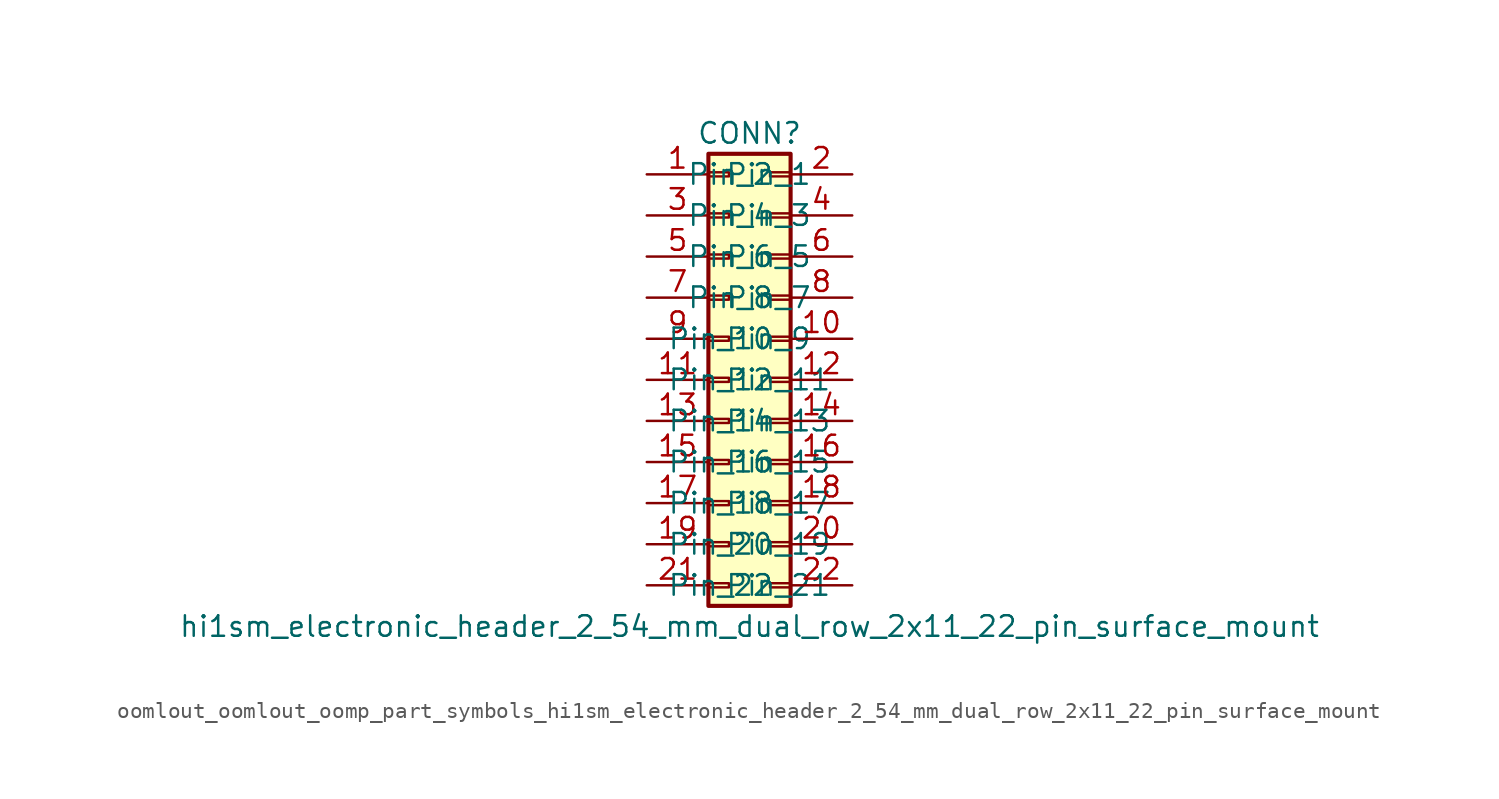
<source format=kicad_sym>
(kicad_symbol_lib
  (version 20220914)
  (generator kicad_symbol_editor)
  (symbol "oomlout_oomlout_oomp_part_symbols_hi1sm_electronic_header_2_54_mm_dual_row_2x11_22_pin_surface_mount"
    (pin_names
      (offset 1.016))
    (property "Reference" "CONN"
      (at 1.27 15.24 0)
      (effects (font (size 1.27 1.27))))
    (property "Value" "hi1sm_electronic_header_2_54_mm_dual_row_2x11_22_pin_surface_mount"
      (at 1.27 -15.24 0)
      (effects (font (size 1.27 1.27))))
    (symbol "oomlout_oomlout_oomp_part_symbols_hi1sm_electronic_header_2_54_mm_dual_row_2x11_22_pin_surface_mount_1_1"
      (rectangle (start -1.27 -12.573) (end 0 -12.827) (stroke (width 0.152) (type default)) (fill (type none)))
      (rectangle (start -1.27 -10.033) (end 0 -10.287) (stroke (width 0.152) (type default)) (fill (type none)))
      (rectangle (start -1.27 -7.493) (end 0 -7.747) (stroke (width 0.152) (type default)) (fill (type none)))
      (rectangle (start -1.27 -4.953) (end 0 -5.207) (stroke (width 0.152) (type default)) (fill (type none)))
      (rectangle (start -1.27 -2.413) (end 0 -2.667) (stroke (width 0.152) (type default)) (fill (type none)))
      (rectangle (start -1.27 0.127) (end 0 -0.127) (stroke (width 0.152) (type default)) (fill (type none)))
      (rectangle (start -1.27 2.667) (end 0 2.413) (stroke (width 0.152) (type default)) (fill (type none)))
      (rectangle (start -1.27 5.207) (end 0 4.953) (stroke (width 0.152) (type default)) (fill (type none)))
      (rectangle (start -1.27 7.747) (end 0 7.493) (stroke (width 0.152) (type default)) (fill (type none)))
      (rectangle (start -1.27 10.287) (end 0 10.033) (stroke (width 0.152) (type default)) (fill (type none)))
      (rectangle (start -1.27 12.827) (end 0 12.573) (stroke (width 0.152) (type default)) (fill (type none)))
      (rectangle (start -1.27 13.97) (end 3.81 -13.97) (stroke (width 0.254) (type default)) (fill (type background)))
      (rectangle (start 3.81 -12.573) (end 2.54 -12.827) (stroke (width 0.152) (type default)) (fill (type none)))
      (rectangle (start 3.81 -10.033) (end 2.54 -10.287) (stroke (width 0.152) (type default)) (fill (type none)))
      (rectangle (start 3.81 -7.493) (end 2.54 -7.747) (stroke (width 0.152) (type default)) (fill (type none)))
      (rectangle (start 3.81 -4.953) (end 2.54 -5.207) (stroke (width 0.152) (type default)) (fill (type none)))
      (rectangle (start 3.81 -2.413) (end 2.54 -2.667) (stroke (width 0.152) (type default)) (fill (type none)))
      (rectangle (start 3.81 0.127) (end 2.54 -0.127) (stroke (width 0.152) (type default)) (fill (type none)))
      (rectangle (start 3.81 2.667) (end 2.54 2.413) (stroke (width 0.152) (type default)) (fill (type none)))
      (rectangle (start 3.81 5.207) (end 2.54 4.953) (stroke (width 0.152) (type default)) (fill (type none)))
      (rectangle (start 3.81 7.747) (end 2.54 7.493) (stroke (width 0.152) (type default)) (fill (type none)))
      (rectangle (start 3.81 10.287) (end 2.54 10.033) (stroke (width 0.152) (type default)) (fill (type none)))
      (rectangle (start 3.81 12.827) (end 2.54 12.573) (stroke (width 0.152) (type default)) (fill (type none)))
      (pin passive line (at -5.08 12.7 0) (length 3.81) (name "Pin_1" (effects (font (size 1.27 1.27)))) (number "1" (effects (font (size 1.27 1.27)))))
      (pin passive line (at 7.62 2.54 180) (length 3.81) (name "Pin_10" (effects (font (size 1.27 1.27)))) (number "10" (effects (font (size 1.27 1.27)))))
      (pin passive line (at -5.08 0 0) (length 3.81) (name "Pin_11" (effects (font (size 1.27 1.27)))) (number "11" (effects (font (size 1.27 1.27)))))
      (pin passive line (at 7.62 0 180) (length 3.81) (name "Pin_12" (effects (font (size 1.27 1.27)))) (number "12" (effects (font (size 1.27 1.27)))))
      (pin passive line (at -5.08 -2.54 0) (length 3.81) (name "Pin_13" (effects (font (size 1.27 1.27)))) (number "13" (effects (font (size 1.27 1.27)))))
      (pin passive line (at 7.62 -2.54 180) (length 3.81) (name "Pin_14" (effects (font (size 1.27 1.27)))) (number "14" (effects (font (size 1.27 1.27)))))
      (pin passive line (at -5.08 -5.08 0) (length 3.81) (name "Pin_15" (effects (font (size 1.27 1.27)))) (number "15" (effects (font (size 1.27 1.27)))))
      (pin passive line (at 7.62 -5.08 180) (length 3.81) (name "Pin_16" (effects (font (size 1.27 1.27)))) (number "16" (effects (font (size 1.27 1.27)))))
      (pin passive line (at -5.08 -7.62 0) (length 3.81) (name "Pin_17" (effects (font (size 1.27 1.27)))) (number "17" (effects (font (size 1.27 1.27)))))
      (pin passive line (at 7.62 -7.62 180) (length 3.81) (name "Pin_18" (effects (font (size 1.27 1.27)))) (number "18" (effects (font (size 1.27 1.27)))))
      (pin passive line (at -5.08 -10.16 0) (length 3.81) (name "Pin_19" (effects (font (size 1.27 1.27)))) (number "19" (effects (font (size 1.27 1.27)))))
      (pin passive line (at 7.62 12.7 180) (length 3.81) (name "Pin_2" (effects (font (size 1.27 1.27)))) (number "2" (effects (font (size 1.27 1.27)))))
      (pin passive line (at 7.62 -10.16 180) (length 3.81) (name "Pin_20" (effects (font (size 1.27 1.27)))) (number "20" (effects (font (size 1.27 1.27)))))
      (pin passive line (at -5.08 -12.7 0) (length 3.81) (name "Pin_21" (effects (font (size 1.27 1.27)))) (number "21" (effects (font (size 1.27 1.27)))))
      (pin passive line (at 7.62 -12.7 180) (length 3.81) (name "Pin_22" (effects (font (size 1.27 1.27)))) (number "22" (effects (font (size 1.27 1.27)))))
      (pin passive line (at -5.08 10.16 0) (length 3.81) (name "Pin_3" (effects (font (size 1.27 1.27)))) (number "3" (effects (font (size 1.27 1.27)))))
      (pin passive line (at 7.62 10.16 180) (length 3.81) (name "Pin_4" (effects (font (size 1.27 1.27)))) (number "4" (effects (font (size 1.27 1.27)))))
      (pin passive line (at -5.08 7.62 0) (length 3.81) (name "Pin_5" (effects (font (size 1.27 1.27)))) (number "5" (effects (font (size 1.27 1.27)))))
      (pin passive line (at 7.62 7.62 180) (length 3.81) (name "Pin_6" (effects (font (size 1.27 1.27)))) (number "6" (effects (font (size 1.27 1.27)))))
      (pin passive line (at -5.08 5.08 0) (length 3.81) (name "Pin_7" (effects (font (size 1.27 1.27)))) (number "7" (effects (font (size 1.27 1.27)))))
      (pin passive line (at 7.62 5.08 180) (length 3.81) (name "Pin_8" (effects (font (size 1.27 1.27)))) (number "8" (effects (font (size 1.27 1.27)))))
      (pin passive line (at -5.08 2.54 0) (length 3.81) (name "Pin_9" (effects (font (size 1.27 1.27)))) (number "9" (effects (font (size 1.27 1.27))))))))
</source>
